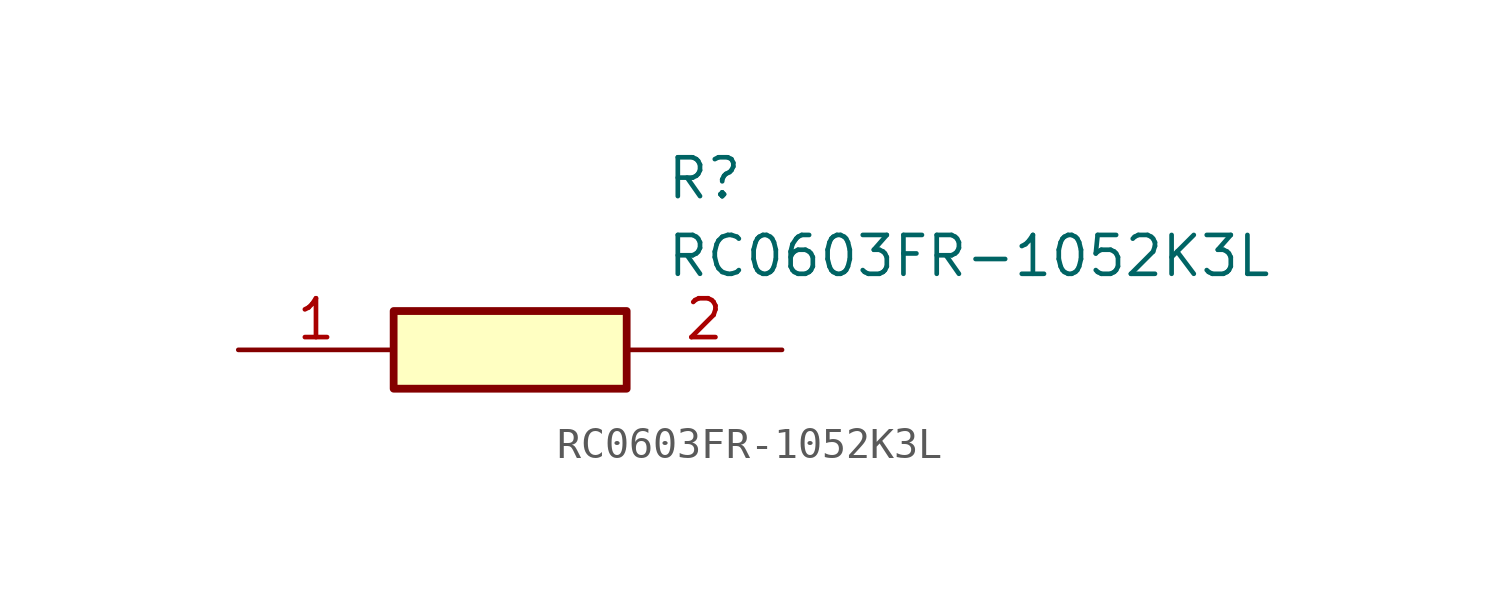
<source format=kicad_sym>
(kicad_symbol_lib
  (version 20211014)
  (generator SamacSys_ECAD_Model)
  (symbol "RC0603FR-1052K3L"
    (pin_names hide)
    (property "Reference" "R"
      (at 13.97 6.35 0)
      (effects (font (size 1.27 1.27)) (justify left top)))
    (property "Value" "RC0603FR-1052K3L"
      (at 13.97 3.81 0)
      (effects (font (size 1.27 1.27)) (justify left top)))
    (rectangle
      (start 5.08 1.27)
      (end 12.7 -1.27)
      (stroke (width 0.254) (type default))
      (fill (type background)))
    (pin passive line
      (at 0 0 0)
      (length 5.08)
      (name "1" (effects (font (size 1.27 1.27))))
      (number "1" (effects (font (size 1.27 1.27)))))
    (pin passive line
      (at 17.78 0 180)
      (length 5.08)
      (name "2" (effects (font (size 1.27 1.27))))
      (number "2" (effects (font (size 1.27 1.27)))))))
</source>
